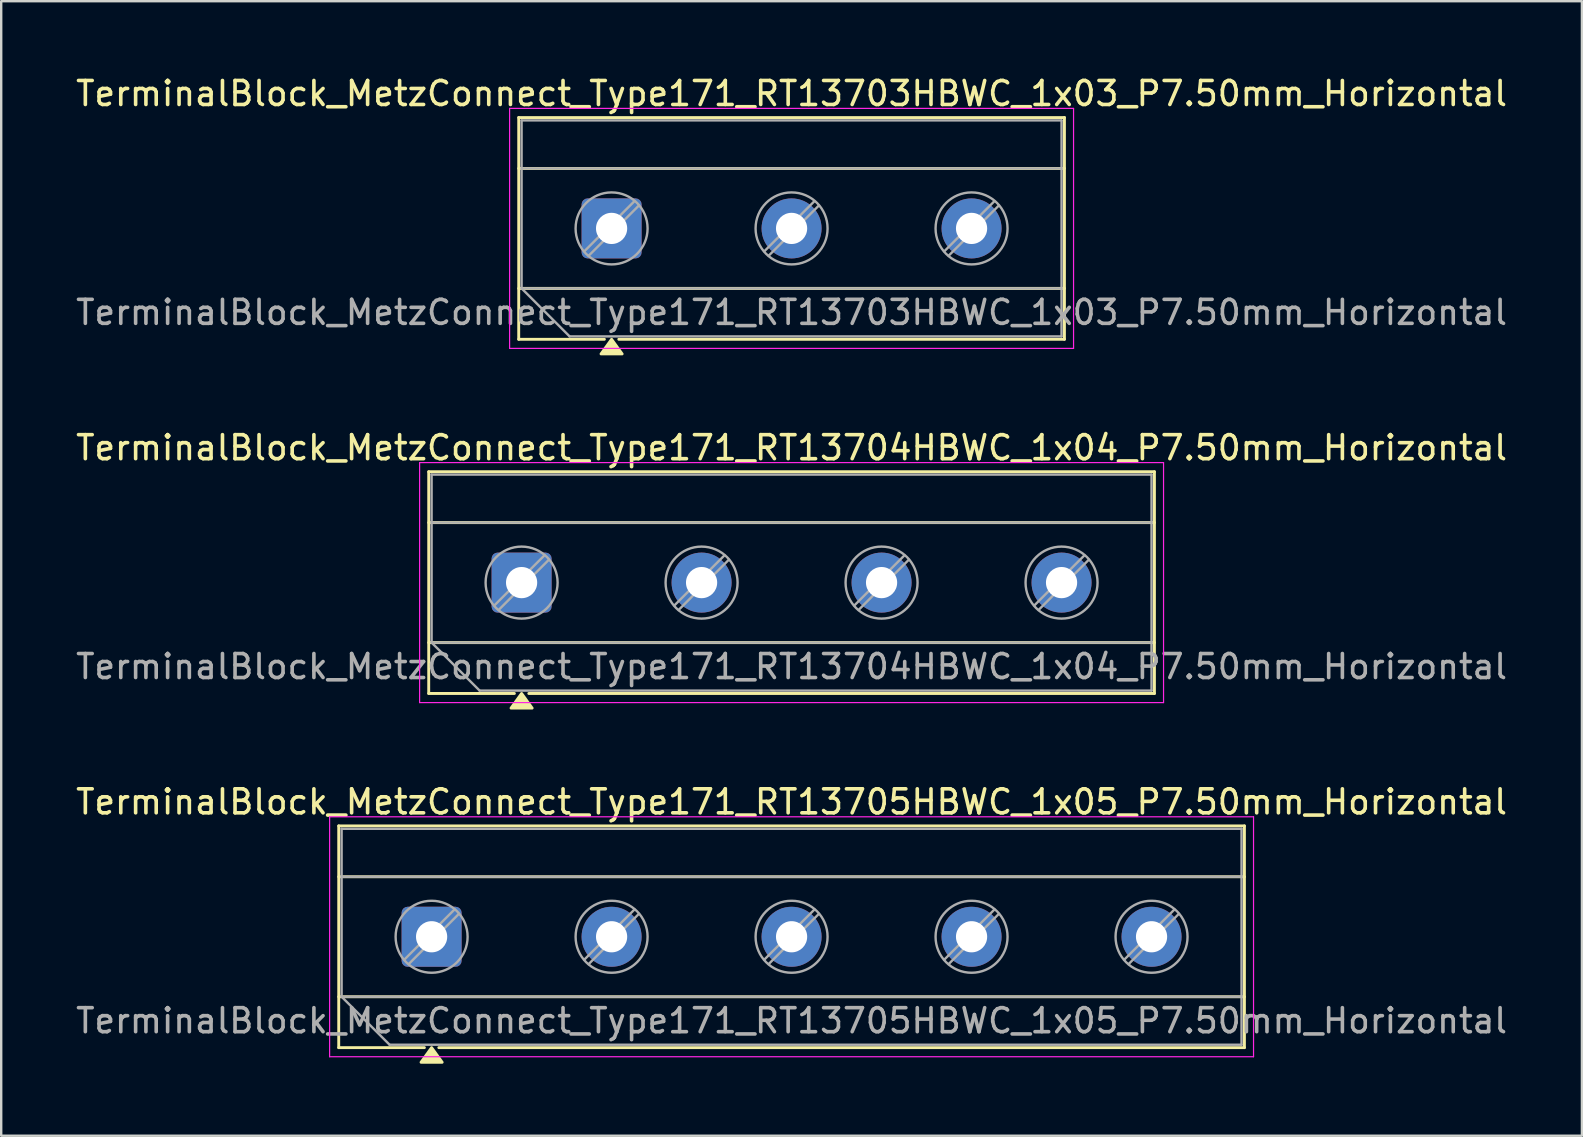
<source format=kicad_pcb>
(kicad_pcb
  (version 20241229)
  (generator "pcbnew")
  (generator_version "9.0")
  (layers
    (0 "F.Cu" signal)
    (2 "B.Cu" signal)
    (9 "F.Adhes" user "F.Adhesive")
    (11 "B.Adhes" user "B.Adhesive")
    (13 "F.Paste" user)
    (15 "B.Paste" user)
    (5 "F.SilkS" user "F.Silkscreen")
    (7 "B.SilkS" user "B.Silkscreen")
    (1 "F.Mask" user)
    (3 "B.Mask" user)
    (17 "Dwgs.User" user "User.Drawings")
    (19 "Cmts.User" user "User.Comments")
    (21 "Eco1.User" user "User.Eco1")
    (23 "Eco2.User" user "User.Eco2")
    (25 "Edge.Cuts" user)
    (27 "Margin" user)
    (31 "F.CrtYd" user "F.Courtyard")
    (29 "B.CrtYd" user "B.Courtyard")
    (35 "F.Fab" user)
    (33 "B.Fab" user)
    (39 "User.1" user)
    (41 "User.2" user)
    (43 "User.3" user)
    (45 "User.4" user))
  (footprint "TerminalBlock_MetzConnect_Type171_RT13705HBWC_1x05_P7.50mm_Horizontal"
    (layer "F.Cu")
    (at 14.935 35.985)
    (property "Reference" "TerminalBlock_MetzConnect_Type171_RT13705HBWC_1x05_P7.50mm_Horizontal" (at 15 -5.62 0) (layer "F.SilkS") (effects (font (size 1 1) (thickness 0.15))))
    (attr through_hole)
    (fp_line (start -3.87 -4.62) (end 33.87 -4.62) (stroke (width 0.12) (type solid)) (layer "F.SilkS"))
    (fp_line (start -3.87 -2.5) (end 33.87 -2.5) (stroke (width 0.12) (type solid)) (layer "F.SilkS"))
    (fp_line (start -3.87 2.5) (end 33.87 2.5) (stroke (width 0.12) (type solid)) (layer "F.SilkS"))
    (fp_line (start -3.87 4.62) (end -3.87 -4.62) (stroke (width 0.12) (type solid)) (layer "F.SilkS"))
    (fp_line (start -0.3 4.62) (end -3.87 4.62) (stroke (width 0.12) (type solid)) (layer "F.SilkS"))
    (fp_line (start 33.87 -4.62) (end 33.87 4.62) (stroke (width 0.12) (type solid)) (layer "F.SilkS"))
    (fp_line (start 33.87 4.62) (end 0.3 4.62) (stroke (width 0.12) (type solid)) (layer "F.SilkS"))
    (fp_poly (pts (xy 0 4.62) (xy 0.44 5.23) (xy -0.44 5.23)) (stroke (width 0.12) (type solid)) (fill yes) (layer "F.SilkS"))
    (fp_line (start -4.25 -5) (end -4.25 5) (stroke (width 0.05) (type solid)) (layer "F.CrtYd"))
    (fp_line (start -4.25 5) (end 34.25 5) (stroke (width 0.05) (type solid)) (layer "F.CrtYd"))
    (fp_line (start 34.25 -5) (end -4.25 -5) (stroke (width 0.05) (type solid)) (layer "F.CrtYd"))
    (fp_line (start 34.25 5) (end 34.25 -5) (stroke (width 0.05) (type solid)) (layer "F.CrtYd"))
    (fp_line (start -3.75 -4.5) (end 33.75 -4.5) (stroke (width 0.1) (type solid)) (layer "F.Fab"))
    (fp_line (start -3.75 -2.5) (end 33.75 -2.5) (stroke (width 0.1) (type solid)) (layer "F.Fab"))
    (fp_line (start -3.75 2.5) (end -3.75 -4.5) (stroke (width 0.1) (type solid)) (layer "F.Fab"))
    (fp_line (start -3.75 2.5) (end 33.75 2.5) (stroke (width 0.1) (type solid)) (layer "F.Fab"))
    (fp_line (start -1.75 4.5) (end -3.75 2.5) (stroke (width 0.1) (type solid)) (layer "F.Fab"))
    (fp_line (start 0.955 -1.138) (end -1.138 0.955) (stroke (width 0.1) (type solid)) (layer "F.Fab"))
    (fp_line (start 1.138 -0.955) (end -0.955 1.138) (stroke (width 0.1) (type solid)) (layer "F.Fab"))
    (fp_line (start 8.455 -1.138) (end 6.362 0.955) (stroke (width 0.1) (type solid)) (layer "F.Fab"))
    (fp_line (start 8.638 -0.955) (end 6.545 1.138) (stroke (width 0.1) (type solid)) (layer "F.Fab"))
    (fp_line (start 15.955 -1.138) (end 13.862 0.955) (stroke (width 0.1) (type solid)) (layer "F.Fab"))
    (fp_line (start 16.138 -0.955) (end 14.045 1.138) (stroke (width 0.1) (type solid)) (layer "F.Fab"))
    (fp_line (start 23.455 -1.138) (end 21.362 0.955) (stroke (width 0.1) (type solid)) (layer "F.Fab"))
    (fp_line (start 23.638 -0.955) (end 21.545 1.138) (stroke (width 0.1) (type solid)) (layer "F.Fab"))
    (fp_line (start 30.955 -1.138) (end 28.862 0.955) (stroke (width 0.1) (type solid)) (layer "F.Fab"))
    (fp_line (start 31.138 -0.955) (end 29.045 1.138) (stroke (width 0.1) (type solid)) (layer "F.Fab"))
    (fp_line (start 33.75 -4.5) (end 33.75 4.5) (stroke (width 0.1) (type solid)) (layer "F.Fab"))
    (fp_line (start 33.75 4.5) (end -1.75 4.5) (stroke (width 0.1) (type solid)) (layer "F.Fab"))
    (fp_circle (center 0 0) (end 1.5 0) (stroke (width 0.1) (type solid)) (fill no) (layer "F.Fab"))
    (fp_circle (center 7.5 0) (end 9 0) (stroke (width 0.1) (type solid)) (fill no) (layer "F.Fab"))
    (fp_circle (center 15 0) (end 16.5 0) (stroke (width 0.1) (type solid)) (fill no) (layer "F.Fab"))
    (fp_circle (center 22.5 0) (end 24 0) (stroke (width 0.1) (type solid)) (fill no) (layer "F.Fab"))
    (fp_circle (center 30 0) (end 31.5 0) (stroke (width 0.1) (type solid)) (fill no) (layer "F.Fab"))
    (fp_text user "${REFERENCE}" (at 15 3.5 0) (layer "F.Fab") (effects (font (size 1 1) (thickness 0.15))))
    (pad "1" thru_hole roundrect (at 0 0) (size 2.5 2.5) (drill 1.3) (layers "*.Cu" "*.Mask") (roundrect_rratio 0.1))
    (pad "2" thru_hole circle (at 7.5 0) (size 2.5 2.5) (drill 1.3) (layers "*.Cu" "*.Mask"))
    (pad "3" thru_hole circle (at 15 0) (size 2.5 2.5) (drill 1.3) (layers "*.Cu" "*.Mask"))
    (pad "4" thru_hole circle (at 22.5 0) (size 2.5 2.5) (drill 1.3) (layers "*.Cu" "*.Mask"))
    (pad "5" thru_hole circle (at 30 0) (size 2.5 2.5) (drill 1.3) (layers "*.Cu" "*.Mask")))
  (footprint "TerminalBlock_MetzConnect_Type171_RT13703HBWC_1x03_P7.50mm_Horizontal"
    (layer "F.Cu")
    (at 22.435 6.468)
    (property "Reference" "TerminalBlock_MetzConnect_Type171_RT13703HBWC_1x03_P7.50mm_Horizontal" (at 7.5 -5.62 0) (layer "F.SilkS") (effects (font (size 1 1) (thickness 0.15))))
    (attr through_hole)
    (fp_line (start -3.87 -4.62) (end 18.87 -4.62) (stroke (width 0.12) (type solid)) (layer "F.SilkS"))
    (fp_line (start -3.87 -2.5) (end 18.87 -2.5) (stroke (width 0.12) (type solid)) (layer "F.SilkS"))
    (fp_line (start -3.87 2.5) (end 18.87 2.5) (stroke (width 0.12) (type solid)) (layer "F.SilkS"))
    (fp_line (start -3.87 4.62) (end -3.87 -4.62) (stroke (width 0.12) (type solid)) (layer "F.SilkS"))
    (fp_line (start -0.3 4.62) (end -3.87 4.62) (stroke (width 0.12) (type solid)) (layer "F.SilkS"))
    (fp_line (start 18.87 -4.62) (end 18.87 4.62) (stroke (width 0.12) (type solid)) (layer "F.SilkS"))
    (fp_line (start 18.87 4.62) (end 0.3 4.62) (stroke (width 0.12) (type solid)) (layer "F.SilkS"))
    (fp_poly (pts (xy 0 4.62) (xy 0.44 5.23) (xy -0.44 5.23)) (stroke (width 0.12) (type solid)) (fill yes) (layer "F.SilkS"))
    (fp_line (start -4.25 -5) (end -4.25 5) (stroke (width 0.05) (type solid)) (layer "F.CrtYd"))
    (fp_line (start -4.25 5) (end 19.25 5) (stroke (width 0.05) (type solid)) (layer "F.CrtYd"))
    (fp_line (start 19.25 -5) (end -4.25 -5) (stroke (width 0.05) (type solid)) (layer "F.CrtYd"))
    (fp_line (start 19.25 5) (end 19.25 -5) (stroke (width 0.05) (type solid)) (layer "F.CrtYd"))
    (fp_line (start -3.75 -4.5) (end 18.75 -4.5) (stroke (width 0.1) (type solid)) (layer "F.Fab"))
    (fp_line (start -3.75 -2.5) (end 18.75 -2.5) (stroke (width 0.1) (type solid)) (layer "F.Fab"))
    (fp_line (start -3.75 2.5) (end -3.75 -4.5) (stroke (width 0.1) (type solid)) (layer "F.Fab"))
    (fp_line (start -3.75 2.5) (end 18.75 2.5) (stroke (width 0.1) (type solid)) (layer "F.Fab"))
    (fp_line (start -1.75 4.5) (end -3.75 2.5) (stroke (width 0.1) (type solid)) (layer "F.Fab"))
    (fp_line (start 0.955 -1.138) (end -1.138 0.955) (stroke (width 0.1) (type solid)) (layer "F.Fab"))
    (fp_line (start 1.138 -0.955) (end -0.955 1.138) (stroke (width 0.1) (type solid)) (layer "F.Fab"))
    (fp_line (start 8.455 -1.138) (end 6.362 0.955) (stroke (width 0.1) (type solid)) (layer "F.Fab"))
    (fp_line (start 8.638 -0.955) (end 6.545 1.138) (stroke (width 0.1) (type solid)) (layer "F.Fab"))
    (fp_line (start 15.955 -1.138) (end 13.862 0.955) (stroke (width 0.1) (type solid)) (layer "F.Fab"))
    (fp_line (start 16.138 -0.955) (end 14.045 1.138) (stroke (width 0.1) (type solid)) (layer "F.Fab"))
    (fp_line (start 18.75 -4.5) (end 18.75 4.5) (stroke (width 0.1) (type solid)) (layer "F.Fab"))
    (fp_line (start 18.75 4.5) (end -1.75 4.5) (stroke (width 0.1) (type solid)) (layer "F.Fab"))
    (fp_circle (center 0 0) (end 1.5 0) (stroke (width 0.1) (type solid)) (fill no) (layer "F.Fab"))
    (fp_circle (center 7.5 0) (end 9 0) (stroke (width 0.1) (type solid)) (fill no) (layer "F.Fab"))
    (fp_circle (center 15 0) (end 16.5 0) (stroke (width 0.1) (type solid)) (fill no) (layer "F.Fab"))
    (fp_text user "${REFERENCE}" (at 7.5 3.5 0) (layer "F.Fab") (effects (font (size 1 1) (thickness 0.15))))
    (pad "1" thru_hole roundrect (at 0 0) (size 2.5 2.5) (drill 1.3) (layers "*.Cu" "*.Mask") (roundrect_rratio 0.1))
    (pad "2" thru_hole circle (at 7.5 0) (size 2.5 2.5) (drill 1.3) (layers "*.Cu" "*.Mask"))
    (pad "3" thru_hole circle (at 15 0) (size 2.5 2.5) (drill 1.3) (layers "*.Cu" "*.Mask")))
  (footprint "TerminalBlock_MetzConnect_Type171_RT13704HBWC_1x04_P7.50mm_Horizontal"
    (layer "F.Cu")
    (at 18.685 21.227)
    (property "Reference" "TerminalBlock_MetzConnect_Type171_RT13704HBWC_1x04_P7.50mm_Horizontal" (at 11.25 -5.62 0) (layer "F.SilkS") (effects (font (size 1 1) (thickness 0.15))))
    (attr through_hole)
    (fp_line (start -3.87 -4.62) (end 26.37 -4.62) (stroke (width 0.12) (type solid)) (layer "F.SilkS"))
    (fp_line (start -3.87 -2.5) (end 26.37 -2.5) (stroke (width 0.12) (type solid)) (layer "F.SilkS"))
    (fp_line (start -3.87 2.5) (end 26.37 2.5) (stroke (width 0.12) (type solid)) (layer "F.SilkS"))
    (fp_line (start -3.87 4.62) (end -3.87 -4.62) (stroke (width 0.12) (type solid)) (layer "F.SilkS"))
    (fp_line (start -0.3 4.62) (end -3.87 4.62) (stroke (width 0.12) (type solid)) (layer "F.SilkS"))
    (fp_line (start 26.37 -4.62) (end 26.37 4.62) (stroke (width 0.12) (type solid)) (layer "F.SilkS"))
    (fp_line (start 26.37 4.62) (end 0.3 4.62) (stroke (width 0.12) (type solid)) (layer "F.SilkS"))
    (fp_poly (pts (xy 0 4.62) (xy 0.44 5.23) (xy -0.44 5.23)) (stroke (width 0.12) (type solid)) (fill yes) (layer "F.SilkS"))
    (fp_line (start -4.25 -5) (end -4.25 5) (stroke (width 0.05) (type solid)) (layer "F.CrtYd"))
    (fp_line (start -4.25 5) (end 26.75 5) (stroke (width 0.05) (type solid)) (layer "F.CrtYd"))
    (fp_line (start 26.75 -5) (end -4.25 -5) (stroke (width 0.05) (type solid)) (layer "F.CrtYd"))
    (fp_line (start 26.75 5) (end 26.75 -5) (stroke (width 0.05) (type solid)) (layer "F.CrtYd"))
    (fp_line (start -3.75 -4.5) (end 26.25 -4.5) (stroke (width 0.1) (type solid)) (layer "F.Fab"))
    (fp_line (start -3.75 -2.5) (end 26.25 -2.5) (stroke (width 0.1) (type solid)) (layer "F.Fab"))
    (fp_line (start -3.75 2.5) (end -3.75 -4.5) (stroke (width 0.1) (type solid)) (layer "F.Fab"))
    (fp_line (start -3.75 2.5) (end 26.25 2.5) (stroke (width 0.1) (type solid)) (layer "F.Fab"))
    (fp_line (start -1.75 4.5) (end -3.75 2.5) (stroke (width 0.1) (type solid)) (layer "F.Fab"))
    (fp_line (start 0.955 -1.138) (end -1.138 0.955) (stroke (width 0.1) (type solid)) (layer "F.Fab"))
    (fp_line (start 1.138 -0.955) (end -0.955 1.138) (stroke (width 0.1) (type solid)) (layer "F.Fab"))
    (fp_line (start 8.455 -1.138) (end 6.362 0.955) (stroke (width 0.1) (type solid)) (layer "F.Fab"))
    (fp_line (start 8.638 -0.955) (end 6.545 1.138) (stroke (width 0.1) (type solid)) (layer "F.Fab"))
    (fp_line (start 15.955 -1.138) (end 13.862 0.955) (stroke (width 0.1) (type solid)) (layer "F.Fab"))
    (fp_line (start 16.138 -0.955) (end 14.045 1.138) (stroke (width 0.1) (type solid)) (layer "F.Fab"))
    (fp_line (start 23.455 -1.138) (end 21.362 0.955) (stroke (width 0.1) (type solid)) (layer "F.Fab"))
    (fp_line (start 23.638 -0.955) (end 21.545 1.138) (stroke (width 0.1) (type solid)) (layer "F.Fab"))
    (fp_line (start 26.25 -4.5) (end 26.25 4.5) (stroke (width 0.1) (type solid)) (layer "F.Fab"))
    (fp_line (start 26.25 4.5) (end -1.75 4.5) (stroke (width 0.1) (type solid)) (layer "F.Fab"))
    (fp_circle (center 0 0) (end 1.5 0) (stroke (width 0.1) (type solid)) (fill no) (layer "F.Fab"))
    (fp_circle (center 7.5 0) (end 9 0) (stroke (width 0.1) (type solid)) (fill no) (layer "F.Fab"))
    (fp_circle (center 15 0) (end 16.5 0) (stroke (width 0.1) (type solid)) (fill no) (layer "F.Fab"))
    (fp_circle (center 22.5 0) (end 24 0) (stroke (width 0.1) (type solid)) (fill no) (layer "F.Fab"))
    (fp_text user "${REFERENCE}" (at 11.25 3.5 0) (layer "F.Fab") (effects (font (size 1 1) (thickness 0.15))))
    (pad "1" thru_hole roundrect (at 0 0) (size 2.5 2.5) (drill 1.3) (layers "*.Cu" "*.Mask") (roundrect_rratio 0.1))
    (pad "2" thru_hole circle (at 7.5 0) (size 2.5 2.5) (drill 1.3) (layers "*.Cu" "*.Mask"))
    (pad "3" thru_hole circle (at 15 0) (size 2.5 2.5) (drill 1.3) (layers "*.Cu" "*.Mask"))
    (pad "4" thru_hole circle (at 22.5 0) (size 2.5 2.5) (drill 1.3) (layers "*.Cu" "*.Mask")))
  (gr_rect
    (start -3 -3)
    (end 62.869 44.275)
    (stroke (width 0.1) (type default))
    (fill no)
    (layer "Edge.Cuts")))
</source>
